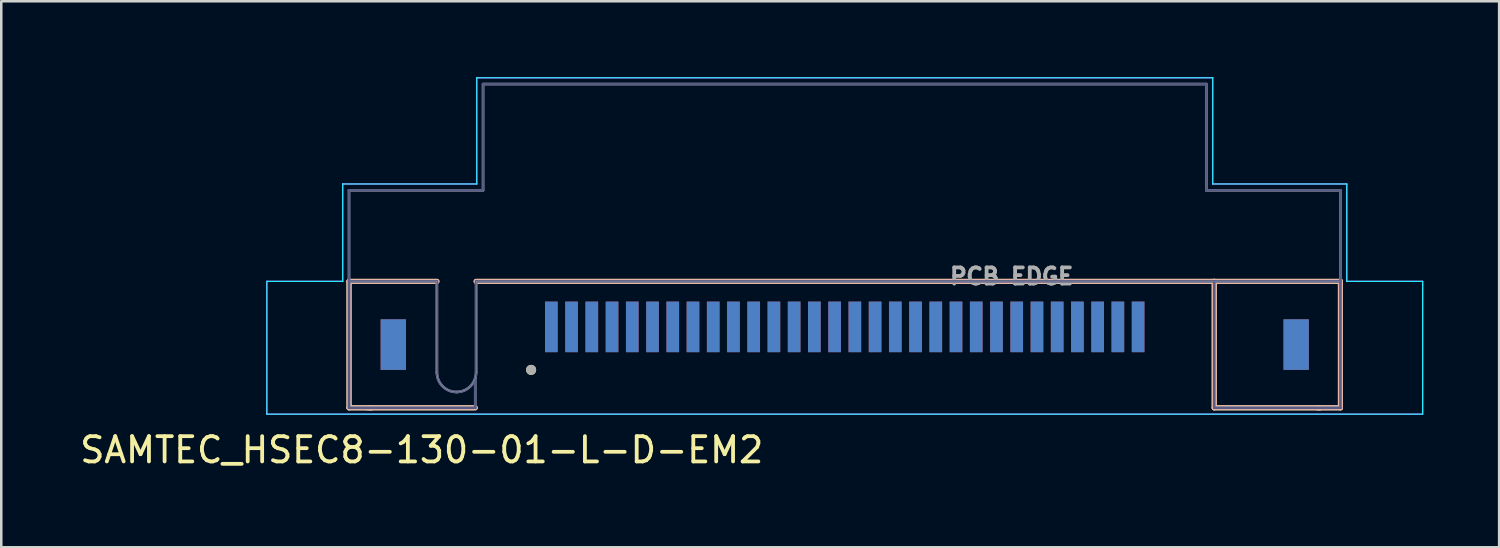
<source format=kicad_pcb>
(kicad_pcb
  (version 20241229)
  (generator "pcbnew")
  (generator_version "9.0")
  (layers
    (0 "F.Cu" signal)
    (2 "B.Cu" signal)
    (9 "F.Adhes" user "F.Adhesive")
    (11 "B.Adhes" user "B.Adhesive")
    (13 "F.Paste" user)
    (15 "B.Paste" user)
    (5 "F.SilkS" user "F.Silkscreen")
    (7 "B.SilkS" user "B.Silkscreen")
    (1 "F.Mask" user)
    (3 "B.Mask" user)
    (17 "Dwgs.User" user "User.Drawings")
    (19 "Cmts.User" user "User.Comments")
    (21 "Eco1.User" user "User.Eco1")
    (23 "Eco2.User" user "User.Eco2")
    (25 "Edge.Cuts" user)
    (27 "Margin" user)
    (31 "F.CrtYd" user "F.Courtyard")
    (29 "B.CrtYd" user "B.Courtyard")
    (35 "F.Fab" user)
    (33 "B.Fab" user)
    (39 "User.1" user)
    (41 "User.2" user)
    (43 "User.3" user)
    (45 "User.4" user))
  (footprint "SAMTEC_HSEC8-130-01-L-D-EM2"
    (layer "F.Cu")
    (at 30.35 9.875)
    (property "Reference" "SAMTEC_HSEC8-130-01-L-D-EM2" (at -16.725 4.865 0) (layer "F.SilkS") (effects (font (size 1 1) (thickness 0.15))))
    (attr through_hole)
    (fp_line (start -19.6 -1.8) (end -16.125 -1.8) (stroke (width 0.2) (type solid)) (layer "F.SilkS"))
    (fp_line (start -19.6 3.2) (end -19.6 -1.8) (stroke (width 0.2) (type solid)) (layer "F.SilkS"))
    (fp_line (start -18.7 3.2) (end -19.6 3.2) (stroke (width 0.2) (type solid)) (layer "F.SilkS"))
    (fp_line (start -14.61 3.2) (end -18.8 3.2) (stroke (width 0.2) (type solid)) (layer "F.SilkS"))
    (fp_line (start -14.575 -1.8) (end 14.61 -1.8) (stroke (width 0.2) (type solid)) (layer "F.SilkS"))
    (fp_line (start 14.61 -1.8) (end 19.6 -1.8) (stroke (width 0.2) (type solid)) (layer "F.SilkS"))
    (fp_line (start 14.61 3.2) (end 14.61 -1.8) (stroke (width 0.2) (type solid)) (layer "F.SilkS"))
    (fp_line (start 18.8 3.2) (end 14.61 3.2) (stroke (width 0.2) (type solid)) (layer "F.SilkS"))
    (fp_line (start 19.6 -1.8) (end 19.6 3.2) (stroke (width 0.2) (type solid)) (layer "F.SilkS"))
    (fp_line (start 19.6 3.2) (end 18.7 3.2) (stroke (width 0.2) (type solid)) (layer "F.SilkS"))
    (fp_circle (center -12.4 1.7) (end -12.3 1.7) (stroke (width 0.2) (type solid)) (fill no) (layer "F.SilkS"))
    (fp_line (start -19.6 -1.8) (end -16.125 -1.8) (stroke (width 0.2) (type solid)) (layer "B.SilkS"))
    (fp_line (start -19.6 3.2) (end -19.6 -1.8) (stroke (width 0.2) (type solid)) (layer "B.SilkS"))
    (fp_line (start -18.7 3.2) (end -19.6 3.2) (stroke (width 0.2) (type solid)) (layer "B.SilkS"))
    (fp_line (start -14.61 3.2) (end -18.9 3.2) (stroke (width 0.2) (type solid)) (layer "B.SilkS"))
    (fp_line (start -14.575 -1.8) (end 14.61 -1.8) (stroke (width 0.2) (type solid)) (layer "B.SilkS"))
    (fp_line (start 14.61 -1.8) (end 19.6 -1.8) (stroke (width 0.2) (type solid)) (layer "B.SilkS"))
    (fp_line (start 14.61 3.2) (end 14.61 -1.8) (stroke (width 0.2) (type solid)) (layer "B.SilkS"))
    (fp_line (start 18.8 3.2) (end 14.61 3.2) (stroke (width 0.2) (type solid)) (layer "B.SilkS"))
    (fp_line (start 19.6 -1.8) (end 19.6 3.2) (stroke (width 0.2) (type solid)) (layer "B.SilkS"))
    (fp_line (start 19.6 3.2) (end 18.7 3.2) (stroke (width 0.2) (type solid)) (layer "B.SilkS"))
    (fp_line (start -16.125 -1.8) (end -19.6 -1.8) (stroke (width 0.01) (type solid)) (layer "Edge.Cuts"))
    (fp_line (start -16.125 1.8) (end -16.125 -1.8) (stroke (width 0.01) (type solid)) (layer "Edge.Cuts"))
    (fp_line (start -14.575 -1.8) (end -14.575 1.8) (stroke (width 0.01) (type solid)) (layer "Edge.Cuts"))
    (fp_line (start 19.6 -1.8) (end -14.575 -1.8) (stroke (width 0.01) (type solid)) (layer "Edge.Cuts"))
    (fp_arc (start -15.35 2.575) (mid -15.897654 2.348154) (end -16.1245 1.8005) (stroke (width 0.01) (type solid)) (layer "Edge.Cuts"))
    (fp_arc (start -14.5755 1.8005) (mid -14.802346 2.348154) (end -15.35 2.575) (stroke (width 0.01) (type solid)) (layer "Edge.Cuts"))
    (fp_line (start -22.85 -1.8) (end -19.85 -1.8) (stroke (width 0.05) (type solid)) (layer "B.CrtYd"))
    (fp_line (start -22.85 3.45) (end -22.85 -1.8) (stroke (width 0.05) (type solid)) (layer "B.CrtYd"))
    (fp_line (start -22.85 3.45) (end 22.85 3.45) (stroke (width 0.05) (type solid)) (layer "B.CrtYd"))
    (fp_line (start -19.85 -5.65) (end -14.55 -5.65) (stroke (width 0.05) (type solid)) (layer "B.CrtYd"))
    (fp_line (start -19.85 -1.8) (end -19.85 -5.65) (stroke (width 0.05) (type solid)) (layer "B.CrtYd"))
    (fp_line (start -14.55 -9.85) (end 14.55 -9.85) (stroke (width 0.05) (type solid)) (layer "B.CrtYd"))
    (fp_line (start -14.55 -5.65) (end -14.55 -9.85) (stroke (width 0.05) (type solid)) (layer "B.CrtYd"))
    (fp_line (start 14.55 -9.85) (end 14.55 -5.65) (stroke (width 0.05) (type solid)) (layer "B.CrtYd"))
    (fp_line (start 14.55 -5.65) (end 19.85 -5.65) (stroke (width 0.05) (type solid)) (layer "B.CrtYd"))
    (fp_line (start 19.85 -5.65) (end 19.85 -1.8) (stroke (width 0.05) (type solid)) (layer "B.CrtYd"))
    (fp_line (start 19.85 -1.8) (end 22.85 -1.8) (stroke (width 0.05) (type solid)) (layer "B.CrtYd"))
    (fp_line (start 22.85 -1.8) (end 22.85 3.45) (stroke (width 0.05) (type solid)) (layer "B.CrtYd"))
    (fp_line (start -22.85 -1.8) (end -19.85 -1.8) (stroke (width 0.05) (type solid)) (layer "F.CrtYd"))
    (fp_line (start -22.85 3.45) (end -22.85 -1.8) (stroke (width 0.05) (type solid)) (layer "F.CrtYd"))
    (fp_line (start -22.85 3.45) (end 22.85 3.45) (stroke (width 0.05) (type solid)) (layer "F.CrtYd"))
    (fp_line (start -19.85 -5.65) (end -14.55 -5.65) (stroke (width 0.05) (type solid)) (layer "F.CrtYd"))
    (fp_line (start -19.85 -1.8) (end -19.85 -5.65) (stroke (width 0.05) (type solid)) (layer "F.CrtYd"))
    (fp_line (start -14.55 -9.85) (end 14.55 -9.85) (stroke (width 0.05) (type solid)) (layer "F.CrtYd"))
    (fp_line (start -14.55 -5.65) (end -14.55 -9.85) (stroke (width 0.05) (type solid)) (layer "F.CrtYd"))
    (fp_line (start 14.55 -9.85) (end 14.55 -5.65) (stroke (width 0.05) (type solid)) (layer "F.CrtYd"))
    (fp_line (start 14.55 -5.65) (end 19.85 -5.65) (stroke (width 0.05) (type solid)) (layer "F.CrtYd"))
    (fp_line (start 19.85 -5.65) (end 19.85 -1.8) (stroke (width 0.05) (type solid)) (layer "F.CrtYd"))
    (fp_line (start 19.85 -1.8) (end 22.85 -1.8) (stroke (width 0.05) (type solid)) (layer "F.CrtYd"))
    (fp_line (start 22.85 -1.8) (end 22.85 3.45) (stroke (width 0.05) (type solid)) (layer "F.CrtYd"))
    (fp_line (start -19.6 -5.4) (end -14.3 -5.4) (stroke (width 0.1) (type solid)) (layer "B.Fab"))
    (fp_line (start -19.6 -1.8) (end -19.6 -5.4) (stroke (width 0.1) (type solid)) (layer "B.Fab"))
    (fp_line (start -19.6 -1.8) (end -16.125 -1.8) (stroke (width 0.1) (type solid)) (layer "B.Fab"))
    (fp_line (start -19.6 3.2) (end -19.6 -1.8) (stroke (width 0.1) (type solid)) (layer "B.Fab"))
    (fp_line (start -16.125 -1.8) (end -16.125 1.8) (stroke (width 0.1) (type solid)) (layer "B.Fab"))
    (fp_line (start -14.61 3.2) (end -19.6 3.2) (stroke (width 0.1) (type solid)) (layer "B.Fab"))
    (fp_line (start -14.61 3.2) (end -14.61 2.03) (stroke (width 0.1) (type solid)) (layer "B.Fab"))
    (fp_line (start -14.575 -1.8) (end 14.61 -1.8) (stroke (width 0.1) (type solid)) (layer "B.Fab"))
    (fp_line (start -14.575 1.8) (end -14.575 -1.8) (stroke (width 0.1) (type solid)) (layer "B.Fab"))
    (fp_line (start -14.3 -9.6) (end 14.3 -9.6) (stroke (width 0.1) (type solid)) (layer "B.Fab"))
    (fp_line (start -14.3 -5.4) (end -14.3 -9.6) (stroke (width 0.1) (type solid)) (layer "B.Fab"))
    (fp_line (start 14.3 -9.6) (end 14.3 -5.4) (stroke (width 0.1) (type solid)) (layer "B.Fab"))
    (fp_line (start 14.3 -5.4) (end 19.6 -5.4) (stroke (width 0.1) (type solid)) (layer "B.Fab"))
    (fp_line (start 14.61 -1.8) (end 19.6 -1.8) (stroke (width 0.1) (type solid)) (layer "B.Fab"))
    (fp_line (start 14.61 3.2) (end 14.61 -1.8) (stroke (width 0.1) (type solid)) (layer "B.Fab"))
    (fp_line (start 19.6 -5.4) (end 19.6 -1.8) (stroke (width 0.1) (type solid)) (layer "B.Fab"))
    (fp_line (start 19.6 -1.8) (end 19.6 3.2) (stroke (width 0.1) (type solid)) (layer "B.Fab"))
    (fp_line (start 19.6 3.2) (end 14.61 3.2) (stroke (width 0.1) (type solid)) (layer "B.Fab"))
    (fp_arc (start -15.35 2.575) (mid -15.897654 2.348154) (end -16.1245 1.8005) (stroke (width 0.1) (type solid)) (layer "B.Fab"))
    (fp_arc (start -14.5755 1.8005) (mid -14.802346 2.348154) (end -15.35 2.575) (stroke (width 0.1) (type solid)) (layer "B.Fab"))
    (fp_line (start -19.6 -5.4) (end -14.3 -5.4) (stroke (width 0.1) (type solid)) (layer "F.Fab"))
    (fp_line (start -19.6 -1.8) (end -19.6 -5.4) (stroke (width 0.1) (type solid)) (layer "F.Fab"))
    (fp_line (start -19.6 -1.8) (end -16.125 -1.8) (stroke (width 0.1) (type solid)) (layer "F.Fab"))
    (fp_line (start -19.6 3.2) (end -19.6 -1.8) (stroke (width 0.1) (type solid)) (layer "F.Fab"))
    (fp_line (start -16.125 -1.8) (end -16.125 1.8) (stroke (width 0.1) (type solid)) (layer "F.Fab"))
    (fp_line (start -14.61 3.2) (end -19.6 3.2) (stroke (width 0.1) (type solid)) (layer "F.Fab"))
    (fp_line (start -14.61 3.2) (end -14.61 2.03) (stroke (width 0.1) (type solid)) (layer "F.Fab"))
    (fp_line (start -14.575 -1.8) (end 14.61 -1.8) (stroke (width 0.1) (type solid)) (layer "F.Fab"))
    (fp_line (start -14.575 1.8) (end -14.575 -1.8) (stroke (width 0.1) (type solid)) (layer "F.Fab"))
    (fp_line (start -14.3 -9.6) (end 14.3 -9.6) (stroke (width 0.1) (type solid)) (layer "F.Fab"))
    (fp_line (start -14.3 -5.4) (end -14.3 -9.6) (stroke (width 0.1) (type solid)) (layer "F.Fab"))
    (fp_line (start 14.3 -9.6) (end 14.3 -5.4) (stroke (width 0.1) (type solid)) (layer "F.Fab"))
    (fp_line (start 14.3 -5.4) (end 19.6 -5.4) (stroke (width 0.1) (type solid)) (layer "F.Fab"))
    (fp_line (start 14.61 -1.8) (end 19.6 -1.8) (stroke (width 0.1) (type solid)) (layer "F.Fab"))
    (fp_line (start 14.61 3.2) (end 14.61 -1.8) (stroke (width 0.1) (type solid)) (layer "F.Fab"))
    (fp_line (start 19.6 -5.4) (end 19.6 -1.8) (stroke (width 0.1) (type solid)) (layer "F.Fab"))
    (fp_line (start 19.6 -1.8) (end 19.6 3.2) (stroke (width 0.1) (type solid)) (layer "F.Fab"))
    (fp_line (start 19.6 3.2) (end 14.61 3.2) (stroke (width 0.1) (type solid)) (layer "F.Fab"))
    (fp_arc (start -15.35 2.575) (mid -15.897654 2.348154) (end -16.1245 1.8005) (stroke (width 0.1) (type solid)) (layer "F.Fab"))
    (fp_arc (start -14.5755 1.8005) (mid -14.802346 2.348154) (end -15.35 2.575) (stroke (width 0.1) (type solid)) (layer "F.Fab"))
    (fp_circle (center -12.4 1.7) (end -12.3 1.7) (stroke (width 0.2) (type solid)) (fill no) (layer "F.Fab"))
    (fp_text user "PCB EDGE" (at 6.6 -2 0) (layer "F.Fab") (effects (font (size 0.64 0.64) (thickness 0.15))))
    (pad "1" smd rect (at -11.6 0) (size 0.5 2) (layers "F.Cu" "F.Mask" "F.Paste"))
    (pad "2" smd rect (at -11.6 0) (size 0.5 2) (layers "B.Cu" "B.Mask" "B.Paste"))
    (pad "3" smd rect (at -10.8 0) (size 0.5 2) (layers "F.Cu" "F.Mask" "F.Paste"))
    (pad "4" smd rect (at -10.8 0) (size 0.5 2) (layers "B.Cu" "B.Mask" "B.Paste"))
    (pad "5" smd rect (at -10 0) (size 0.5 2) (layers "F.Cu" "F.Mask" "F.Paste"))
    (pad "6" smd rect (at -10 0) (size 0.5 2) (layers "B.Cu" "B.Mask" "B.Paste"))
    (pad "7" smd rect (at -9.2 0) (size 0.5 2) (layers "F.Cu" "F.Mask" "F.Paste"))
    (pad "8" smd rect (at -9.2 0) (size 0.5 2) (layers "B.Cu" "B.Mask" "B.Paste"))
    (pad "9" smd rect (at -8.4 0) (size 0.5 2) (layers "F.Cu" "F.Mask" "F.Paste"))
    (pad "10" smd rect (at -8.4 0) (size 0.5 2) (layers "B.Cu" "B.Mask" "B.Paste"))
    (pad "11" smd rect (at -7.6 0) (size 0.5 2) (layers "F.Cu" "F.Mask" "F.Paste"))
    (pad "12" smd rect (at -7.6 0) (size 0.5 2) (layers "B.Cu" "B.Mask" "B.Paste"))
    (pad "13" smd rect (at -6.8 0) (size 0.5 2) (layers "F.Cu" "F.Mask" "F.Paste"))
    (pad "14" smd rect (at -6.8 0) (size 0.5 2) (layers "B.Cu" "B.Mask" "B.Paste"))
    (pad "15" smd rect (at -6 0) (size 0.5 2) (layers "F.Cu" "F.Mask" "F.Paste"))
    (pad "16" smd rect (at -6 0) (size 0.5 2) (layers "B.Cu" "B.Mask" "B.Paste"))
    (pad "17" smd rect (at -5.2 0) (size 0.5 2) (layers "F.Cu" "F.Mask" "F.Paste"))
    (pad "18" smd rect (at -5.2 0) (size 0.5 2) (layers "B.Cu" "B.Mask" "B.Paste"))
    (pad "19" smd rect (at -4.4 0) (size 0.5 2) (layers "F.Cu" "F.Mask" "F.Paste"))
    (pad "20" smd rect (at -4.4 0) (size 0.5 2) (layers "B.Cu" "B.Mask" "B.Paste"))
    (pad "21" smd rect (at -3.6 0) (size 0.5 2) (layers "F.Cu" "F.Mask" "F.Paste"))
    (pad "22" smd rect (at -3.6 0) (size 0.5 2) (layers "B.Cu" "B.Mask" "B.Paste"))
    (pad "23" smd rect (at -2.8 0) (size 0.5 2) (layers "F.Cu" "F.Mask" "F.Paste"))
    (pad "24" smd rect (at -2.8 0) (size 0.5 2) (layers "B.Cu" "B.Mask" "B.Paste"))
    (pad "25" smd rect (at -2 0) (size 0.5 2) (layers "F.Cu" "F.Mask" "F.Paste"))
    (pad "26" smd rect (at -2 0) (size 0.5 2) (layers "B.Cu" "B.Mask" "B.Paste"))
    (pad "27" smd rect (at -1.2 0) (size 0.5 2) (layers "F.Cu" "F.Mask" "F.Paste"))
    (pad "28" smd rect (at -1.2 0) (size 0.5 2) (layers "B.Cu" "B.Mask" "B.Paste"))
    (pad "29" smd rect (at -0.4 0) (size 0.5 2) (layers "F.Cu" "F.Mask" "F.Paste"))
    (pad "30" smd rect (at -0.4 0) (size 0.5 2) (layers "B.Cu" "B.Mask" "B.Paste"))
    (pad "31" smd rect (at 0.4 0) (size 0.5 2) (layers "F.Cu" "F.Mask" "F.Paste"))
    (pad "32" smd rect (at 0.4 0) (size 0.5 2) (layers "B.Cu" "B.Mask" "B.Paste"))
    (pad "33" smd rect (at 1.2 0) (size 0.5 2) (layers "F.Cu" "F.Mask" "F.Paste"))
    (pad "34" smd rect (at 1.2 0) (size 0.5 2) (layers "B.Cu" "B.Mask" "B.Paste"))
    (pad "35" smd rect (at 2 0) (size 0.5 2) (layers "F.Cu" "F.Mask" "F.Paste"))
    (pad "36" smd rect (at 2 0) (size 0.5 2) (layers "B.Cu" "B.Mask" "B.Paste"))
    (pad "37" smd rect (at 2.8 0) (size 0.5 2) (layers "F.Cu" "F.Mask" "F.Paste"))
    (pad "38" smd rect (at 2.8 0) (size 0.5 2) (layers "B.Cu" "B.Mask" "B.Paste"))
    (pad "39" smd rect (at 3.6 0) (size 0.5 2) (layers "F.Cu" "F.Mask" "F.Paste"))
    (pad "40" smd rect (at 3.6 0) (size 0.5 2) (layers "B.Cu" "B.Mask" "B.Paste"))
    (pad "41" smd rect (at 4.4 0) (size 0.5 2) (layers "F.Cu" "F.Mask" "F.Paste"))
    (pad "42" smd rect (at 4.4 0) (size 0.5 2) (layers "B.Cu" "B.Mask" "B.Paste"))
    (pad "43" smd rect (at 5.2 0) (size 0.5 2) (layers "F.Cu" "F.Mask" "F.Paste"))
    (pad "44" smd rect (at 5.2 0) (size 0.5 2) (layers "B.Cu" "B.Mask" "B.Paste"))
    (pad "45" smd rect (at 6 0) (size 0.5 2) (layers "F.Cu" "F.Mask" "F.Paste"))
    (pad "46" smd rect (at 6 0) (size 0.5 2) (layers "B.Cu" "B.Mask" "B.Paste"))
    (pad "47" smd rect (at 6.8 0) (size 0.5 2) (layers "F.Cu" "F.Mask" "F.Paste"))
    (pad "48" smd rect (at 6.8 0) (size 0.5 2) (layers "B.Cu" "B.Mask" "B.Paste"))
    (pad "49" smd rect (at 7.6 0) (size 0.5 2) (layers "F.Cu" "F.Mask" "F.Paste"))
    (pad "50" smd rect (at 7.6 0) (size 0.5 2) (layers "B.Cu" "B.Mask" "B.Paste"))
    (pad "51" smd rect (at 8.4 0) (size 0.5 2) (layers "F.Cu" "F.Mask" "F.Paste"))
    (pad "52" smd rect (at 8.4 0) (size 0.5 2) (layers "B.Cu" "B.Mask" "B.Paste"))
    (pad "53" smd rect (at 9.2 0) (size 0.5 2) (layers "F.Cu" "F.Mask" "F.Paste"))
    (pad "54" smd rect (at 9.2 0) (size 0.5 2) (layers "B.Cu" "B.Mask" "B.Paste"))
    (pad "55" smd rect (at 10 0) (size 0.5 2) (layers "F.Cu" "F.Mask" "F.Paste"))
    (pad "56" smd rect (at 10 0) (size 0.5 2) (layers "B.Cu" "B.Mask" "B.Paste"))
    (pad "57" smd rect (at 10.8 0) (size 0.5 2) (layers "F.Cu" "F.Mask" "F.Paste"))
    (pad "58" smd rect (at 10.8 0) (size 0.5 2) (layers "B.Cu" "B.Mask" "B.Paste"))
    (pad "59" smd rect (at 11.6 0) (size 0.5 2) (layers "F.Cu" "F.Mask" "F.Paste"))
    (pad "60" smd rect (at 11.6 0) (size 0.5 2) (layers "B.Cu" "B.Mask" "B.Paste"))
    (pad "S1" smd rect (at -17.85 0.7) (size 1 2) (layers "F.Cu" "F.Mask" "F.Paste"))
    (pad "S2" smd rect (at -17.85 0.7) (size 1 2) (layers "B.Cu" "B.Mask" "B.Paste"))
    (pad "S3" smd rect (at 17.85 0.7) (size 1 2) (layers "F.Cu" "F.Mask" "F.Paste"))
    (pad "S4" smd rect (at 17.85 0.7) (size 1 2) (layers "B.Cu" "B.Mask" "B.Paste")))
  (gr_rect
    (start -3 -3)
    (end 56.225 18.588)
    (stroke (width 0.1) (type default))
    (fill no)
    (layer "Edge.Cuts")))
</source>
